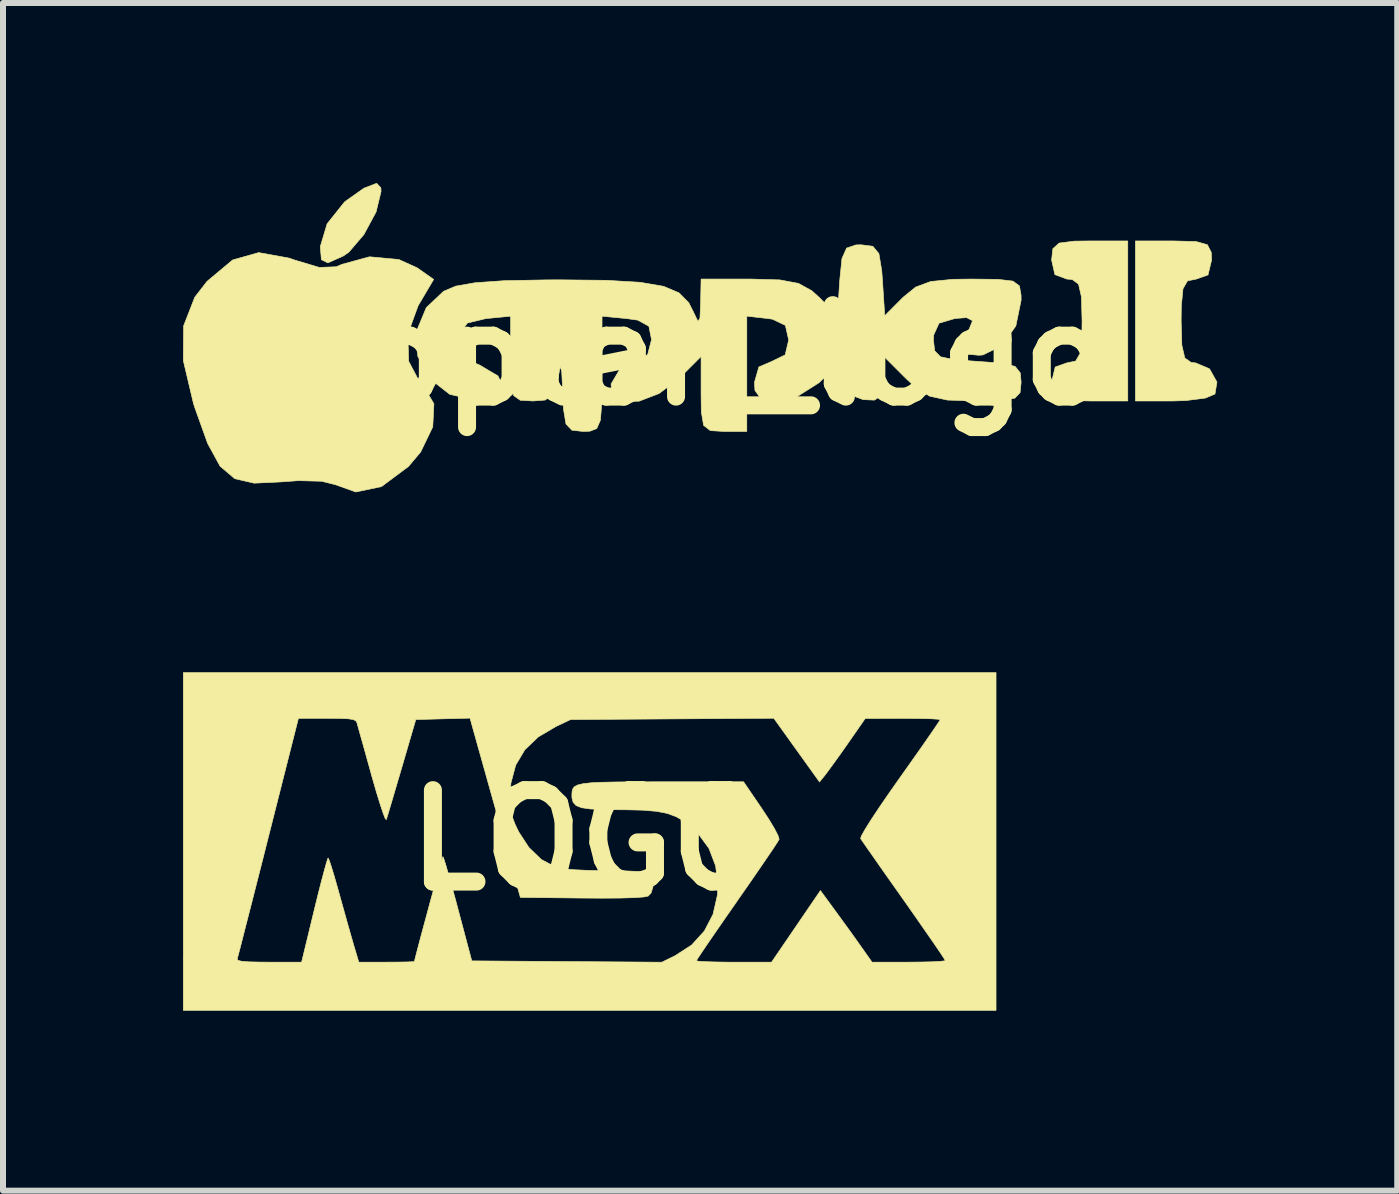
<source format=kicad_pcb>
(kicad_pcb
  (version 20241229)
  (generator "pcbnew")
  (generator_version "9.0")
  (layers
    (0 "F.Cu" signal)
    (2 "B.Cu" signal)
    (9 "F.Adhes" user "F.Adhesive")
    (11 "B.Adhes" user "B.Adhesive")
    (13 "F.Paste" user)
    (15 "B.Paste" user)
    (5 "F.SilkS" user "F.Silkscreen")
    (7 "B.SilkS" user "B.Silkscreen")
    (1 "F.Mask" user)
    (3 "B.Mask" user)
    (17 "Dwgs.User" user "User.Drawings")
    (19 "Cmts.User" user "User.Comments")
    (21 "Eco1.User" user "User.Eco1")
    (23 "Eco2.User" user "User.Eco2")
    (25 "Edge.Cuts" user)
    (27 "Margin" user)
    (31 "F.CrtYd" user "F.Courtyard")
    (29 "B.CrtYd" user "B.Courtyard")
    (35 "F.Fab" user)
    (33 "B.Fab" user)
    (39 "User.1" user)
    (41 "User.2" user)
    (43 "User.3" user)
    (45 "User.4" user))
  (footprint "appleii_logo"
    (layer "F.Cu")
    (at 8.508 2.871)
    (property "Reference" "appleii_logo" (at 0 0 0) (layer "F.SilkS") (effects (font (size 1.524 1.524) (thickness 0.3))))
    (attr through_hole)
    (fp_poly (pts (xy -5.21 -2.791) (xy -5.207 -2.729) (xy -5.29 -2.388) (xy -5.494 -2.01) (xy -5.745 -1.717) (xy -5.835 -1.655) (xy -6.093 -1.54) (xy -6.201 -1.592) (xy -6.22 -1.81) (xy -6.106 -2.191) (xy -5.813 -2.558) (xy -5.493 -2.784) (xy -5.28 -2.866) (xy -5.21 -2.791)) (stroke (width 0.01) (type solid)) (fill yes) (layer "F.SilkS"))
    (fp_poly (pts (xy 7.239 0.762) (xy 6.604 0.762) (xy 6.227 0.752) (xy 6.039 0.699) (xy 5.975 0.572) (xy 5.969 0.445) (xy 6.029 0.196) (xy 6.223 0.127) (xy 6.37 0.097) (xy 6.446 -0.034) (xy 6.474 -0.326) (xy 6.477 -0.572) (xy 6.466 -0.975) (xy 6.418 -1.185) (xy 6.312 -1.263) (xy 6.223 -1.27) (xy 6.024 -1.344) (xy 5.969 -1.587) (xy 5.99 -1.776) (xy 6.095 -1.87) (xy 6.349 -1.902) (xy 6.604 -1.905) (xy 7.239 -1.905) (xy 7.239 0.762)) (stroke (width 0.01) (type solid)) (fill yes) (layer "F.SilkS"))
    (fp_poly (pts (xy 8.378 -1.895) (xy 8.566 -1.842) (xy 8.63 -1.715) (xy 8.636 -1.587) (xy 8.576 -1.339) (xy 8.382 -1.27) (xy 8.235 -1.24) (xy 8.159 -1.109) (xy 8.131 -0.817) (xy 8.128 -0.572) (xy 8.14 -0.166) (xy 8.189 0.045) (xy 8.296 0.121) (xy 8.368 0.127) (xy 8.601 0.226) (xy 8.725 0.447) (xy 8.692 0.646) (xy 8.534 0.713) (xy 8.21 0.755) (xy 7.994 0.762) (xy 7.366 0.762) (xy 7.366 -1.905) (xy 8.001 -1.905) (xy 8.378 -1.895)) (stroke (width 0.01) (type solid)) (fill yes) (layer "F.SilkS"))
    (fp_poly (pts (xy -6.738 -1.619) (xy -6.647 -1.587) (xy -6.236 -1.464) (xy -5.954 -1.475) (xy -5.857 -1.516) (xy -5.4 -1.641) (xy -4.911 -1.596) (xy -4.606 -1.458) (xy -4.33 -1.264) (xy -4.589 -0.826) (xy -4.76 -0.356) (xy -4.747 0.101) (xy -4.554 0.465) (xy -4.5 0.515) (xy -4.326 0.809) (xy -4.345 1.194) (xy -4.547 1.613) (xy -4.75 1.854) (xy -5.199 2.189) (xy -5.627 2.279) (xy -5.969 2.157) (xy -6.199 2.1) (xy -6.585 2.09) (xy -6.878 2.111) (xy -7.322 2.132) (xy -7.646 2.057) (xy -7.89 1.849) (xy -8.097 1.471) (xy -8.307 0.885) (xy -8.333 0.806) (xy -8.503 0.087) (xy -8.498 -0.489) (xy -8.312 -0.967) (xy -8.107 -1.232) (xy -7.681 -1.588) (xy -7.247 -1.711) (xy -6.738 -1.619)) (stroke (width 0.01) (type solid)) (fill yes) (layer "F.SilkS"))
    (fp_poly (pts (xy 2.99 -1.816) (xy 3.091 -1.694) (xy 3.138 -1.409) (xy 3.15 -1.25) (xy 3.188 -0.659) (xy 3.493 -0.965) (xy 3.703 -1.136) (xy 3.953 -1.229) (xy 4.325 -1.266) (xy 4.63 -1.27) (xy 5.075 -1.265) (xy 5.324 -1.236) (xy 5.433 -1.156) (xy 5.46 -1.003) (xy 5.461 -0.917) (xy 5.373 -0.488) (xy 5.143 -0.161) (xy 4.824 -0.005) (xy 4.755 0) (xy 4.513 -0.023) (xy 4.463 -0.134) (xy 4.58 -0.395) (xy 4.581 -0.399) (xy 4.651 -0.576) (xy 4.553 -0.627) (xy 4.359 -0.613) (xy 4.093 -0.534) (xy 4.004 -0.338) (xy 4 -0.254) (xy 4.02 -0.074) (xy 4.118 0.026) (xy 4.356 0.076) (xy 4.731 0.102) (xy 5.143 0.132) (xy 5.361 0.186) (xy 5.447 0.294) (xy 5.461 0.451) (xy 5.444 0.623) (xy 5.355 0.716) (xy 5.133 0.754) (xy 4.72 0.762) (xy 4.689 0.762) (xy 4.233 0.747) (xy 3.936 0.682) (xy 3.702 0.536) (xy 3.546 0.391) (xy 3.175 0.02) (xy 3.175 0.399) (xy 3.147 0.664) (xy 3.015 0.748) (xy 2.826 0.739) (xy 2.535 0.63) (xy 2.438 0.426) (xy 2.402 0.251) (xy 2.325 0.242) (xy 2.145 0.407) (xy 2.094 0.457) (xy 1.698 0.708) (xy 1.403 0.762) (xy 1.127 0.728) (xy 1.025 0.588) (xy 1.016 0.453) (xy 1.09 0.195) (xy 1.302 0.104) (xy 1.528 -0.006) (xy 1.587 -0.254) (xy 1.532 -0.498) (xy 1.316 -0.601) (xy 1.238 -0.612) (xy 0.889 -0.652) (xy 0.889 1.27) (xy 0.508 1.27) (xy 0.281 1.256) (xy 0.169 1.169) (xy 0.131 0.944) (xy 0.127 0.645) (xy 0.127 0.02) (xy -0.244 0.391) (xy -0.573 0.638) (xy -0.907 0.766) (xy -1.188 0.769) (xy -1.355 0.644) (xy -1.374 0.481) (xy -1.22 0.219) (xy -1.016 0.126) (xy -0.764 -0.01) (xy -0.699 -0.26) (xy -0.743 -0.483) (xy -0.927 -0.585) (xy -1.111 -0.611) (xy -1.524 -0.651) (xy -1.524 0.309) (xy -1.528 0.796) (xy -1.551 1.083) (xy -1.612 1.222) (xy -1.727 1.266) (xy -1.841 1.27) (xy -2.027 1.249) (xy -2.125 1.145) (xy -2.167 0.894) (xy -2.179 0.603) (xy -2.196 0.27) (xy -2.22 0.188) (xy -2.251 0.349) (xy -2.318 0.636) (xy -2.472 0.747) (xy -2.675 0.762) (xy -2.887 0.75) (xy -2.998 0.672) (xy -3.041 0.466) (xy -3.048 0.071) (xy -3.048 -0.651) (xy -3.461 -0.611) (xy -3.768 -0.537) (xy -3.899 -0.357) (xy -3.915 -0.278) (xy -3.886 -0.044) (xy -3.679 0.115) (xy -3.566 0.162) (xy -3.259 0.344) (xy -3.163 0.541) (xy -3.275 0.697) (xy -3.588 0.758) (xy -4.061 0.652) (xy -4.403 0.385) (xy -4.595 0.015) (xy -4.618 -0.397) (xy -4.453 -0.794) (xy -4.165 -1.066) (xy -3.962 -1.152) (xy -3.637 -1.209) (xy -3.149 -1.243) (xy -2.458 -1.256) (xy -2.235 -1.257) (xy -1.455 -1.249) (xy -0.889 -1.216) (xy -0.498 -1.149) (xy -0.241 -1.04) (xy -0.08 -0.878) (xy -0.001 -0.722) (xy 0.075 -0.564) (xy 0.108 -0.618) (xy 0.119 -0.857) (xy 0.127 -1.27) (xy 0.958 -1.27) (xy 1.439 -1.256) (xy 1.75 -1.198) (xy 1.973 -1.075) (xy 2.095 -0.965) (xy 2.4 -0.659) (xy 2.438 -1.25) (xy 2.475 -1.612) (xy 2.552 -1.786) (xy 2.709 -1.839) (xy 2.794 -1.841) (xy 2.99 -1.816)) (stroke (width 0.01) (type solid)) (fill yes) (layer "F.SilkS")))
  (footprint "LOGO"
    (layer "F.Cu")
    (at 6.778 10.954)
    (property "Reference" "LOGO" (at 0 0 0) (layer "F.SilkS") (effects (font (size 1.524 1.524) (thickness 0.3))))
    (attr through_hole)
    (fp_poly (pts (xy 6.773 2.836) (xy -6.773 2.836) (xy -6.773 1.979) (xy -5.874 1.979) (xy -5.863 2.002) (xy -5.802 2.017) (xy -5.682 2.027) (xy -5.493 2.031) (xy -5.347 2.032) (xy -4.801 2.032) (xy -4.591 1.165) (xy -4.528 0.907) (xy -4.47 0.68) (xy -4.421 0.496) (xy -4.384 0.365) (xy -4.363 0.301) (xy -4.359 0.297) (xy -4.341 0.335) (xy -4.305 0.441) (xy -4.257 0.6) (xy -4.2 0.799) (xy -4.172 0.9) (xy -4.105 1.14) (xy -4.039 1.376) (xy -3.98 1.584) (xy -3.935 1.74) (xy -3.927 1.767) (xy -3.848 2.032) (xy -3.385 2.032) (xy -3.198 2.031) (xy -3.047 2.029) (xy -2.949 2.025) (xy -2.921 2.021) (xy -2.91 1.974) (xy -2.881 1.861) (xy -2.838 1.696) (xy -2.784 1.494) (xy -2.723 1.27) (xy -2.661 1.038) (xy -2.599 0.813) (xy -2.543 0.609) (xy -2.496 0.442) (xy -2.463 0.325) (xy -2.447 0.274) (xy -2.446 0.273) (xy -2.431 0.307) (xy -2.398 0.412) (xy -2.351 0.575) (xy -2.292 0.786) (xy -2.225 1.032) (xy -2.198 1.134) (xy -1.965 2.011) (xy -0.381 2.022) (xy 1.203 2.033) (xy 1.423 1.925) (xy 1.699 1.747) (xy 1.911 1.514) (xy 2.056 1.235) (xy 2.129 0.916) (xy 2.137 0.762) (xy 2.1 0.43) (xy 1.988 0.136) (xy 1.799 -0.121) (xy 1.71 -0.207) (xy 1.576 -0.314) (xy 1.443 -0.392) (xy 1.293 -0.447) (xy 1.111 -0.482) (xy 0.88 -0.501) (xy 0.586 -0.508) (xy 0.493 -0.508) (xy 0.214 -0.511) (xy 0.008 -0.521) (xy -0.135 -0.542) (xy -0.226 -0.578) (xy -0.275 -0.631) (xy -0.295 -0.704) (xy -0.296 -0.744) (xy -0.294 -0.805) (xy -0.283 -0.854) (xy -0.254 -0.892) (xy -0.199 -0.921) (xy -0.11 -0.942) (xy 0.021 -0.957) (xy 0.203 -0.966) (xy 0.444 -0.971) (xy 0.751 -0.973) (xy 1.134 -0.974) (xy 1.201 -0.974) (xy 2.565 -0.974) (xy 2.872 -0.524) (xy 2.988 -0.347) (xy 3.08 -0.194) (xy 3.139 -0.079) (xy 3.158 -0.017) (xy 3.157 -0.014) (xy 3.127 0.036) (xy 3.056 0.145) (xy 2.948 0.304) (xy 2.811 0.504) (xy 2.652 0.735) (xy 2.475 0.988) (xy 2.456 1.017) (xy 2.28 1.269) (xy 2.121 1.499) (xy 1.985 1.697) (xy 1.879 1.853) (xy 1.808 1.96) (xy 1.778 2.008) (xy 1.778 2.009) (xy 1.818 2.017) (xy 1.928 2.024) (xy 2.093 2.029) (xy 2.298 2.032) (xy 2.405 2.032) (xy 3.032 2.032) (xy 3.846 0.839) (xy 4.074 1.15) (xy 4.21 1.337) (xy 4.359 1.542) (xy 4.49 1.726) (xy 4.504 1.746) (xy 4.706 2.032) (xy 5.317 2.032) (xy 5.533 2.03) (xy 5.715 2.026) (xy 5.849 2.018) (xy 5.92 2.01) (xy 5.927 2.006) (xy 5.903 1.965) (xy 5.837 1.865) (xy 5.734 1.714) (xy 5.6 1.521) (xy 5.443 1.295) (xy 5.267 1.044) (xy 5.236 1) (xy 5.056 0.745) (xy 4.891 0.511) (xy 4.749 0.308) (xy 4.634 0.144) (xy 4.555 0.03) (xy 4.517 -0.026) (xy 4.515 -0.029) (xy 4.531 -0.076) (xy 4.592 -0.184) (xy 4.693 -0.345) (xy 4.829 -0.55) (xy 4.996 -0.793) (xy 5.164 -1.032) (xy 5.341 -1.282) (xy 5.501 -1.509) (xy 5.637 -1.704) (xy 5.743 -1.858) (xy 5.814 -1.963) (xy 5.842 -2.008) (xy 5.842 -2.009) (xy 5.802 -2.017) (xy 5.692 -2.024) (xy 5.527 -2.028) (xy 5.322 -2.03) (xy 5.218 -2.031) (xy 4.593 -2.029) (xy 4.305 -1.615) (xy 4.182 -1.44) (xy 4.067 -1.28) (xy 3.975 -1.154) (xy 3.924 -1.086) (xy 3.831 -0.971) (xy 3.45 -1.502) (xy 3.069 -2.033) (xy 1.376 -2.022) (xy -0.318 -2.011) (xy -0.555 -1.899) (xy -0.856 -1.722) (xy -1.081 -1.507) (xy -1.233 -1.251) (xy -1.313 -0.951) (xy -1.327 -0.729) (xy -1.32 -0.548) (xy -1.296 -0.406) (xy -1.242 -0.263) (xy -1.182 -0.138) (xy -1.011 0.123) (xy -0.804 0.322) (xy -0.57 0.447) (xy -0.518 0.464) (xy -0.42 0.479) (xy -0.257 0.492) (xy -0.049 0.502) (xy 0.187 0.507) (xy 0.298 0.508) (xy 0.59 0.511) (xy 0.802 0.52) (xy 0.939 0.535) (xy 1.005 0.556) (xy 1.008 0.559) (xy 1.052 0.651) (xy 1.057 0.771) (xy 1.024 0.879) (xy 0.975 0.931) (xy 0.901 0.946) (xy 0.746 0.957) (xy 0.515 0.964) (xy 0.211 0.966) (xy -0.132 0.964) (xy -1.155 0.953) (xy -1.53 -0.381) (xy -1.623 -0.71) (xy -1.71 -1.02) (xy -1.788 -1.299) (xy -1.855 -1.536) (xy -1.906 -1.72) (xy -1.94 -1.84) (xy -1.95 -1.875) (xy -1.994 -2.035) (xy -2.898 -2.011) (xy -3.133 -1.206) (xy -3.207 -0.956) (xy -3.273 -0.731) (xy -3.328 -0.545) (xy -3.368 -0.412) (xy -3.389 -0.345) (xy -3.39 -0.342) (xy -3.408 -0.362) (xy -3.443 -0.453) (xy -3.493 -0.603) (xy -3.554 -0.801) (xy -3.622 -1.037) (xy -3.635 -1.083) (xy -3.705 -1.335) (xy -3.768 -1.562) (xy -3.821 -1.75) (xy -3.859 -1.886) (xy -3.878 -1.955) (xy -3.879 -1.958) (xy -3.898 -1.99) (xy -3.942 -2.012) (xy -4.025 -2.024) (xy -4.163 -2.03) (xy -4.371 -2.032) (xy -4.854 -2.032) (xy -5.355 -0.053) (xy -5.455 0.344) (xy -5.55 0.716) (xy -5.636 1.055) (xy -5.713 1.354) (xy -5.777 1.604) (xy -5.826 1.797) (xy -5.86 1.925) (xy -5.874 1.979) (xy -5.874 1.979) (xy -6.773 1.979) (xy -6.773 -2.794) (xy 6.773 -2.794) (xy 6.773 2.836)) (stroke (width 0.01) (type solid)) (fill yes) (layer "F.SilkS")))
  (gr_rect
    (start -3 -3)
    (end 20.238 16.795)
    (stroke (width 0.1) (type default))
    (fill no)
    (layer "Edge.Cuts")))
</source>
